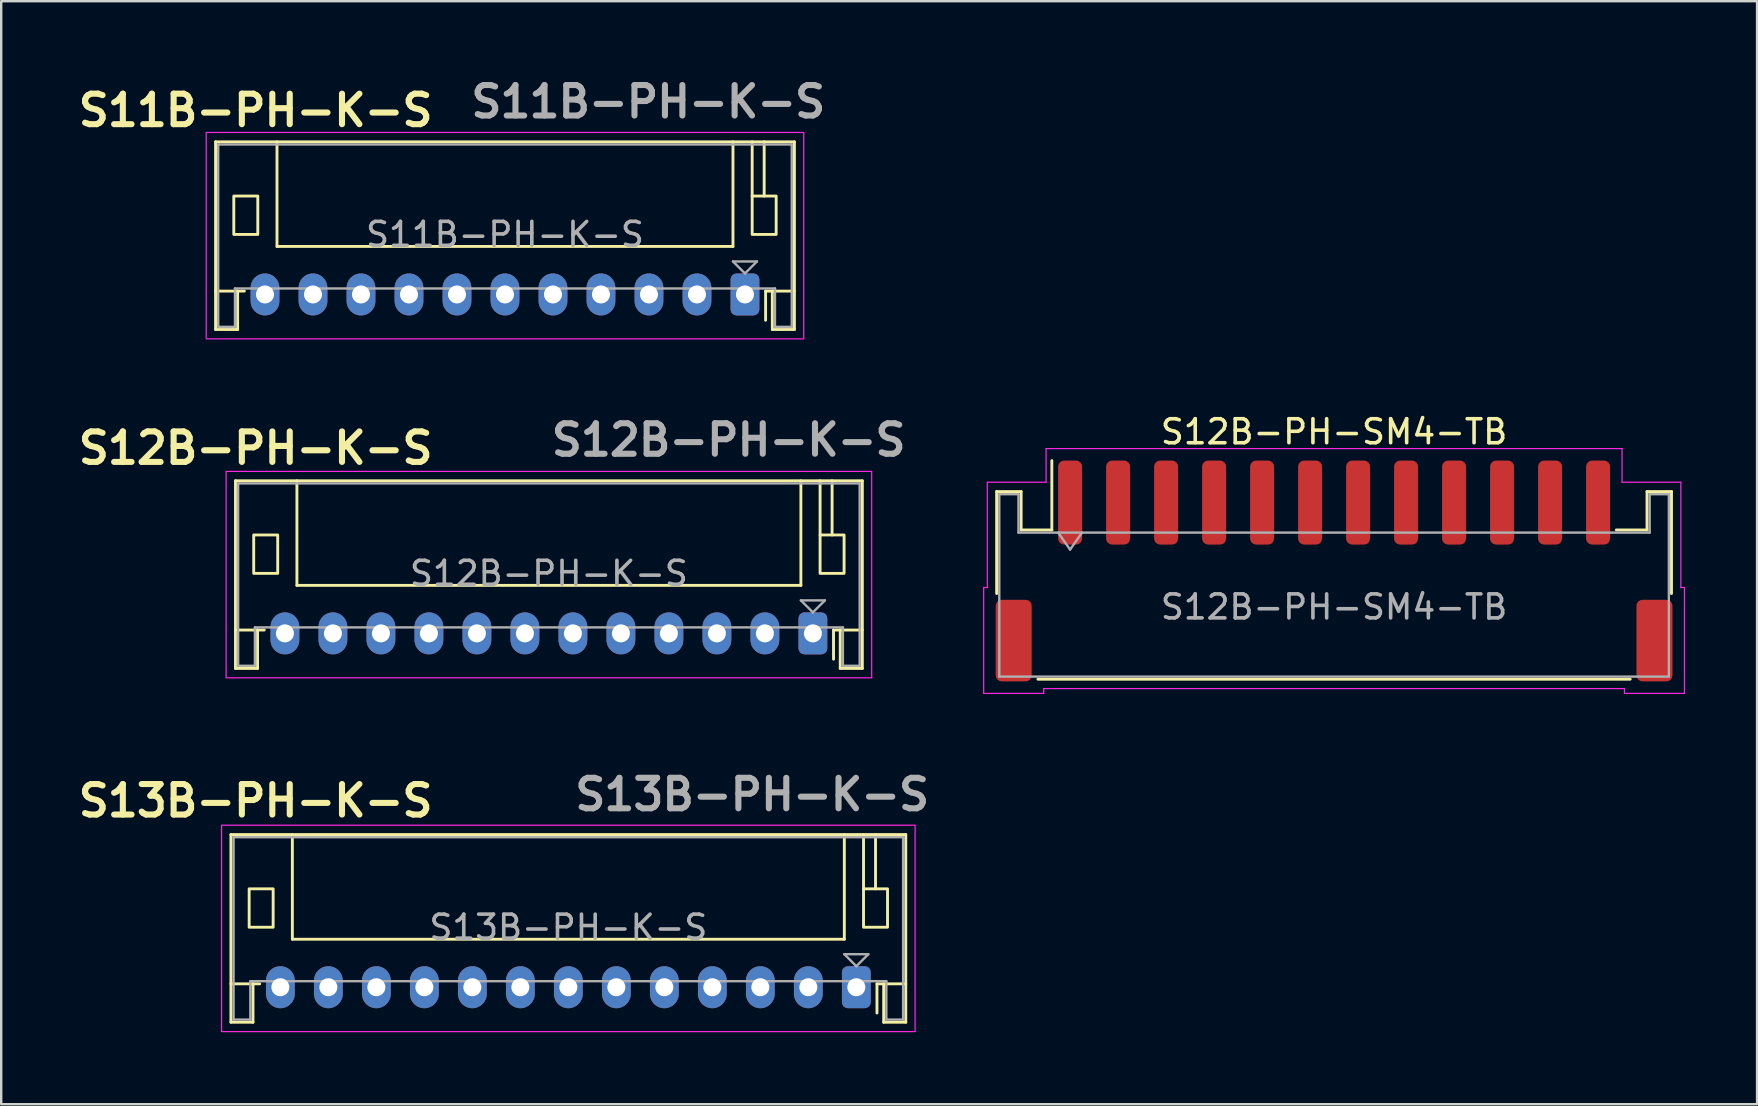
<source format=kicad_pcb>
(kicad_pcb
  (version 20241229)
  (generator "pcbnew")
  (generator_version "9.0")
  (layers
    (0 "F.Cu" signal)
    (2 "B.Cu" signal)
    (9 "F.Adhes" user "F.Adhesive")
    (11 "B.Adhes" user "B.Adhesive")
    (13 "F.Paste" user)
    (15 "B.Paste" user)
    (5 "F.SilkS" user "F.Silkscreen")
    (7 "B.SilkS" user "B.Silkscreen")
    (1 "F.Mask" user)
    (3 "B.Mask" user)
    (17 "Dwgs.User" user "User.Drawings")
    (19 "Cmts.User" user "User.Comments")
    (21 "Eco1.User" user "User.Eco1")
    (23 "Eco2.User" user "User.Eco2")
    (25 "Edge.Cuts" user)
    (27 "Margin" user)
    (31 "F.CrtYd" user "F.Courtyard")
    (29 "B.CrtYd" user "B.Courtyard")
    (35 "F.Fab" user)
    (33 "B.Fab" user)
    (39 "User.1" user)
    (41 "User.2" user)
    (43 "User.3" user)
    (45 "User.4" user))
  (footprint "S11B-PH-K-S"
    (layer "F.Cu")
    (at 27.992 9.219)
    (property "Reference" "S11B-PH-K-S" (at -20.39 -7.67 0) (layer "F.SilkS") (effects (font (size 1.27 1.27) (thickness 0.254))))
    (attr through_hole)
    (fp_line (start -22.06 -6.36) (end -22.06 1.46) (stroke (width 0.12) (type solid)) (layer "F.SilkS"))
    (fp_line (start -22.06 -0.14) (end -21.14 -0.14) (stroke (width 0.12) (type solid)) (layer "F.SilkS"))
    (fp_line (start -22.06 1.46) (end -21.14 1.46) (stroke (width 0.12) (type solid)) (layer "F.SilkS"))
    (fp_line (start -21.14 -0.14) (end -20.86 -0.14) (stroke (width 0.12) (type solid)) (layer "F.SilkS"))
    (fp_line (start -21.14 1.46) (end -21.14 -0.14) (stroke (width 0.12) (type solid)) (layer "F.SilkS"))
    (fp_line (start -19.5 -2) (end -19.5 -6.36) (stroke (width 0.12) (type solid)) (layer "F.SilkS"))
    (fp_line (start -0.5 -6.36) (end -0.5 -2) (stroke (width 0.12) (type solid)) (layer "F.SilkS"))
    (fp_line (start -0.5 -2) (end -19.5 -2) (stroke (width 0.12) (type solid)) (layer "F.SilkS"))
    (fp_line (start 0.3 -4.1) (end 0.3 -6.36) (stroke (width 0.12) (type solid)) (layer "F.SilkS"))
    (fp_line (start 0.8 -4.1) (end 0.8 -6.36) (stroke (width 0.12) (type solid)) (layer "F.SilkS"))
    (fp_line (start 0.86 -0.14) (end 0.86 1.075) (stroke (width 0.12) (type solid)) (layer "F.SilkS"))
    (fp_line (start 0.86 -0.14) (end 1.14 -0.14) (stroke (width 0.12) (type solid)) (layer "F.SilkS"))
    (fp_line (start 1.14 -0.14) (end 1.14 1.46) (stroke (width 0.12) (type solid)) (layer "F.SilkS"))
    (fp_line (start 1.14 1.46) (end 2.06 1.46) (stroke (width 0.12) (type solid)) (layer "F.SilkS"))
    (fp_line (start 2.06 -6.36) (end -22.06 -6.36) (stroke (width 0.12) (type solid)) (layer "F.SilkS"))
    (fp_line (start 2.06 -0.14) (end 1.14 -0.14) (stroke (width 0.12) (type solid)) (layer "F.SilkS"))
    (fp_line (start 2.06 1.46) (end 2.06 -6.36) (stroke (width 0.12) (type solid)) (layer "F.SilkS"))
    (fp_rect (start -21.3 -4.1) (end -20.3 -2.5) (stroke (width 0.12) (type solid)) (fill no) (layer "F.SilkS"))
    (fp_rect (start 0.3 -4.1) (end 1.3 -2.5) (stroke (width 0.12) (type solid)) (fill no) (layer "F.SilkS"))
    (fp_rect (start -22.45 -6.75) (end 2.45 1.85) (stroke (width 0.05) (type solid)) (fill no) (layer "F.CrtYd"))
    (fp_line (start -21.95 -6.25) (end -21.95 1.35) (stroke (width 0.1) (type solid)) (layer "F.Fab"))
    (fp_line (start -21.95 1.35) (end -21.25 1.35) (stroke (width 0.1) (type solid)) (layer "F.Fab"))
    (fp_line (start -21.25 -0.25) (end 1.25 -0.25) (stroke (width 0.1) (type solid)) (layer "F.Fab"))
    (fp_line (start -21.25 1.35) (end -21.25 -0.25) (stroke (width 0.1) (type solid)) (layer "F.Fab"))
    (fp_line (start -0.5 -1.375) (end 0 -0.875) (stroke (width 0.1) (type solid)) (layer "F.Fab"))
    (fp_line (start 0 -0.875) (end 0.5 -1.375) (stroke (width 0.1) (type solid)) (layer "F.Fab"))
    (fp_line (start 0.5 -1.375) (end -0.5 -1.375) (stroke (width 0.1) (type solid)) (layer "F.Fab"))
    (fp_line (start 1.25 -0.25) (end 1.25 1.35) (stroke (width 0.1) (type solid)) (layer "F.Fab"))
    (fp_line (start 1.25 1.35) (end 1.95 1.35) (stroke (width 0.1) (type solid)) (layer "F.Fab"))
    (fp_line (start 1.95 -6.25) (end -21.95 -6.25) (stroke (width 0.1) (type solid)) (layer "F.Fab"))
    (fp_line (start 1.95 1.35) (end 1.95 -6.25) (stroke (width 0.1) (type solid)) (layer "F.Fab"))
    (fp_text user "${REFERENCE}" (at -4.03 -8.03 0) (layer "F.Fab") (effects (font (size 1.27 1.27) (thickness 0.254))))
    (fp_text user "${REFERENCE}" (at -10 -2.5 180) (layer "F.Fab") (effects (font (size 1 1) (thickness 0.15))))
    (pad "1" thru_hole roundrect (at 0 0 180) (size 1.2 1.75) (drill 0.75) (layers "*.Cu" "*.Mask") (roundrect_rratio 0.208))
    (pad "2" thru_hole oval (at -2 0 180) (size 1.2 1.75) (drill 0.75) (layers "*.Cu" "*.Mask"))
    (pad "3" thru_hole oval (at -4 0 180) (size 1.2 1.75) (drill 0.75) (layers "*.Cu" "*.Mask"))
    (pad "4" thru_hole oval (at -6 0 180) (size 1.2 1.75) (drill 0.75) (layers "*.Cu" "*.Mask"))
    (pad "5" thru_hole oval (at -8 0 180) (size 1.2 1.75) (drill 0.75) (layers "*.Cu" "*.Mask"))
    (pad "6" thru_hole oval (at -10 0 180) (size 1.2 1.75) (drill 0.75) (layers "*.Cu" "*.Mask"))
    (pad "7" thru_hole oval (at -12 0 180) (size 1.2 1.75) (drill 0.75) (layers "*.Cu" "*.Mask"))
    (pad "8" thru_hole oval (at -14 0 180) (size 1.2 1.75) (drill 0.75) (layers "*.Cu" "*.Mask"))
    (pad "9" thru_hole oval (at -16 0 180) (size 1.2 1.75) (drill 0.75) (layers "*.Cu" "*.Mask"))
    (pad "10" thru_hole oval (at -18 0 180) (size 1.2 1.75) (drill 0.75) (layers "*.Cu" "*.Mask"))
    (pad "11" thru_hole oval (at -20 0 180) (size 1.2 1.75) (drill 0.75) (layers "*.Cu" "*.Mask")))
  (footprint "S13B-PH-K-S"
    (layer "F.Cu")
    (at 32.632 38.086)
    (property "Reference" "S13B-PH-K-S" (at -25.03 -7.77 0) (layer "F.SilkS") (effects (font (size 1.27 1.27) (thickness 0.254))))
    (attr through_hole)
    (fp_line (start -26.06 -6.36) (end -26.06 1.46) (stroke (width 0.12) (type solid)) (layer "F.SilkS"))
    (fp_line (start -26.06 -0.14) (end -25.14 -0.14) (stroke (width 0.12) (type solid)) (layer "F.SilkS"))
    (fp_line (start -26.06 1.46) (end -25.14 1.46) (stroke (width 0.12) (type solid)) (layer "F.SilkS"))
    (fp_line (start -25.14 -0.14) (end -24.86 -0.14) (stroke (width 0.12) (type solid)) (layer "F.SilkS"))
    (fp_line (start -25.14 1.46) (end -25.14 -0.14) (stroke (width 0.12) (type solid)) (layer "F.SilkS"))
    (fp_line (start -23.5 -2) (end -23.5 -6.36) (stroke (width 0.12) (type solid)) (layer "F.SilkS"))
    (fp_line (start -0.5 -6.36) (end -0.5 -2) (stroke (width 0.12) (type solid)) (layer "F.SilkS"))
    (fp_line (start -0.5 -2) (end -23.5 -2) (stroke (width 0.12) (type solid)) (layer "F.SilkS"))
    (fp_line (start 0.3 -4.1) (end 0.3 -6.36) (stroke (width 0.12) (type solid)) (layer "F.SilkS"))
    (fp_line (start 0.8 -4.1) (end 0.8 -6.36) (stroke (width 0.12) (type solid)) (layer "F.SilkS"))
    (fp_line (start 0.86 -0.14) (end 0.86 1.075) (stroke (width 0.12) (type solid)) (layer "F.SilkS"))
    (fp_line (start 0.86 -0.14) (end 1.14 -0.14) (stroke (width 0.12) (type solid)) (layer "F.SilkS"))
    (fp_line (start 1.14 -0.14) (end 1.14 1.46) (stroke (width 0.12) (type solid)) (layer "F.SilkS"))
    (fp_line (start 1.14 1.46) (end 2.06 1.46) (stroke (width 0.12) (type solid)) (layer "F.SilkS"))
    (fp_line (start 2.06 -6.36) (end -26.06 -6.36) (stroke (width 0.12) (type solid)) (layer "F.SilkS"))
    (fp_line (start 2.06 -0.14) (end 1.14 -0.14) (stroke (width 0.12) (type solid)) (layer "F.SilkS"))
    (fp_line (start 2.06 1.46) (end 2.06 -6.36) (stroke (width 0.12) (type solid)) (layer "F.SilkS"))
    (fp_rect (start -25.3 -4.1) (end -24.3 -2.5) (stroke (width 0.12) (type solid)) (fill no) (layer "F.SilkS"))
    (fp_rect (start 0.3 -4.1) (end 1.3 -2.5) (stroke (width 0.12) (type solid)) (fill no) (layer "F.SilkS"))
    (fp_rect (start -26.45 -6.75) (end 2.45 1.85) (stroke (width 0.05) (type solid)) (fill no) (layer "F.CrtYd"))
    (fp_line (start -25.95 -6.25) (end -25.95 1.35) (stroke (width 0.1) (type solid)) (layer "F.Fab"))
    (fp_line (start -25.95 1.35) (end -25.25 1.35) (stroke (width 0.1) (type solid)) (layer "F.Fab"))
    (fp_line (start -25.25 -0.25) (end 1.25 -0.25) (stroke (width 0.1) (type solid)) (layer "F.Fab"))
    (fp_line (start -25.25 1.35) (end -25.25 -0.25) (stroke (width 0.1) (type solid)) (layer "F.Fab"))
    (fp_line (start -0.5 -1.375) (end 0 -0.875) (stroke (width 0.1) (type solid)) (layer "F.Fab"))
    (fp_line (start 0 -0.875) (end 0.5 -1.375) (stroke (width 0.1) (type solid)) (layer "F.Fab"))
    (fp_line (start 0.5 -1.375) (end -0.5 -1.375) (stroke (width 0.1) (type solid)) (layer "F.Fab"))
    (fp_line (start 1.25 -0.25) (end 1.25 1.35) (stroke (width 0.1) (type solid)) (layer "F.Fab"))
    (fp_line (start 1.25 1.35) (end 1.95 1.35) (stroke (width 0.1) (type solid)) (layer "F.Fab"))
    (fp_line (start 1.95 -6.25) (end -25.95 -6.25) (stroke (width 0.1) (type solid)) (layer "F.Fab"))
    (fp_line (start 1.95 1.35) (end 1.95 -6.25) (stroke (width 0.1) (type solid)) (layer "F.Fab"))
    (fp_text user "${REFERENCE}" (at -12 -2.5 180) (layer "F.Fab") (effects (font (size 1 1) (thickness 0.15))))
    (fp_text user "${REFERENCE}" (at -4.34 -8.03 0) (layer "F.Fab") (effects (font (size 1.27 1.27) (thickness 0.254))))
    (pad "1" thru_hole roundrect (at 0 0 180) (size 1.2 1.75) (drill 0.75) (layers "*.Cu" "*.Mask") (roundrect_rratio 0.208))
    (pad "2" thru_hole oval (at -2 0 180) (size 1.2 1.75) (drill 0.75) (layers "*.Cu" "*.Mask"))
    (pad "3" thru_hole oval (at -4 0 180) (size 1.2 1.75) (drill 0.75) (layers "*.Cu" "*.Mask"))
    (pad "4" thru_hole oval (at -6 0 180) (size 1.2 1.75) (drill 0.75) (layers "*.Cu" "*.Mask"))
    (pad "5" thru_hole oval (at -8 0 180) (size 1.2 1.75) (drill 0.75) (layers "*.Cu" "*.Mask"))
    (pad "6" thru_hole oval (at -10 0 180) (size 1.2 1.75) (drill 0.75) (layers "*.Cu" "*.Mask"))
    (pad "7" thru_hole oval (at -12 0 180) (size 1.2 1.75) (drill 0.75) (layers "*.Cu" "*.Mask"))
    (pad "8" thru_hole oval (at -14 0 180) (size 1.2 1.75) (drill 0.75) (layers "*.Cu" "*.Mask"))
    (pad "9" thru_hole oval (at -16 0 180) (size 1.2 1.75) (drill 0.75) (layers "*.Cu" "*.Mask"))
    (pad "10" thru_hole oval (at -18 0 180) (size 1.2 1.75) (drill 0.75) (layers "*.Cu" "*.Mask"))
    (pad "11" thru_hole oval (at -20 0 180) (size 1.2 1.75) (drill 0.75) (layers "*.Cu" "*.Mask"))
    (pad "12" thru_hole oval (at -22 0 180) (size 1.2 1.75) (drill 0.75) (layers "*.Cu" "*.Mask"))
    (pad "13" thru_hole oval (at -24 0 180) (size 1.2 1.75) (drill 0.75) (layers "*.Cu" "*.Mask")))
  (footprint "S12B-PH-K-S"
    (layer "F.Cu")
    (at 30.822 23.342)
    (property "Reference" "S12B-PH-K-S" (at -23.22 -7.72 0) (layer "F.SilkS") (effects (font (size 1.27 1.27) (thickness 0.254))))
    (attr through_hole)
    (fp_line (start -24.06 -6.36) (end -24.06 1.46) (stroke (width 0.12) (type solid)) (layer "F.SilkS"))
    (fp_line (start -24.06 -0.14) (end -23.14 -0.14) (stroke (width 0.12) (type solid)) (layer "F.SilkS"))
    (fp_line (start -24.06 1.46) (end -23.14 1.46) (stroke (width 0.12) (type solid)) (layer "F.SilkS"))
    (fp_line (start -23.14 -0.14) (end -22.86 -0.14) (stroke (width 0.12) (type solid)) (layer "F.SilkS"))
    (fp_line (start -23.14 1.46) (end -23.14 -0.14) (stroke (width 0.12) (type solid)) (layer "F.SilkS"))
    (fp_line (start -21.5 -2) (end -21.5 -6.36) (stroke (width 0.12) (type solid)) (layer "F.SilkS"))
    (fp_line (start -0.5 -6.36) (end -0.5 -2) (stroke (width 0.12) (type solid)) (layer "F.SilkS"))
    (fp_line (start -0.5 -2) (end -21.5 -2) (stroke (width 0.12) (type solid)) (layer "F.SilkS"))
    (fp_line (start 0.3 -4.1) (end 0.3 -6.36) (stroke (width 0.12) (type solid)) (layer "F.SilkS"))
    (fp_line (start 0.8 -4.1) (end 0.8 -6.36) (stroke (width 0.12) (type solid)) (layer "F.SilkS"))
    (fp_line (start 0.86 -0.14) (end 0.86 1.075) (stroke (width 0.12) (type solid)) (layer "F.SilkS"))
    (fp_line (start 0.86 -0.14) (end 1.14 -0.14) (stroke (width 0.12) (type solid)) (layer "F.SilkS"))
    (fp_line (start 1.14 -0.14) (end 1.14 1.46) (stroke (width 0.12) (type solid)) (layer "F.SilkS"))
    (fp_line (start 1.14 1.46) (end 2.06 1.46) (stroke (width 0.12) (type solid)) (layer "F.SilkS"))
    (fp_line (start 2.06 -6.36) (end -24.06 -6.36) (stroke (width 0.12) (type solid)) (layer "F.SilkS"))
    (fp_line (start 2.06 -0.14) (end 1.14 -0.14) (stroke (width 0.12) (type solid)) (layer "F.SilkS"))
    (fp_line (start 2.06 1.46) (end 2.06 -6.36) (stroke (width 0.12) (type solid)) (layer "F.SilkS"))
    (fp_rect (start -23.3 -4.1) (end -22.3 -2.5) (stroke (width 0.12) (type solid)) (fill no) (layer "F.SilkS"))
    (fp_rect (start 0.3 -4.1) (end 1.3 -2.5) (stroke (width 0.12) (type solid)) (fill no) (layer "F.SilkS"))
    (fp_rect (start -24.45 -6.75) (end 2.45 1.85) (stroke (width 0.05) (type solid)) (fill no) (layer "F.CrtYd"))
    (fp_line (start -23.95 -6.25) (end -23.95 1.35) (stroke (width 0.1) (type solid)) (layer "F.Fab"))
    (fp_line (start -23.95 1.35) (end -23.25 1.35) (stroke (width 0.1) (type solid)) (layer "F.Fab"))
    (fp_line (start -23.25 -0.25) (end 1.25 -0.25) (stroke (width 0.1) (type solid)) (layer "F.Fab"))
    (fp_line (start -23.25 1.35) (end -23.25 -0.25) (stroke (width 0.1) (type solid)) (layer "F.Fab"))
    (fp_line (start -0.5 -1.375) (end 0 -0.875) (stroke (width 0.1) (type solid)) (layer "F.Fab"))
    (fp_line (start 0 -0.875) (end 0.5 -1.375) (stroke (width 0.1) (type solid)) (layer "F.Fab"))
    (fp_line (start 0.5 -1.375) (end -0.5 -1.375) (stroke (width 0.1) (type solid)) (layer "F.Fab"))
    (fp_line (start 1.25 -0.25) (end 1.25 1.35) (stroke (width 0.1) (type solid)) (layer "F.Fab"))
    (fp_line (start 1.25 1.35) (end 1.95 1.35) (stroke (width 0.1) (type solid)) (layer "F.Fab"))
    (fp_line (start 1.95 -6.25) (end -23.95 -6.25) (stroke (width 0.1) (type solid)) (layer "F.Fab"))
    (fp_line (start 1.95 1.35) (end 1.95 -6.25) (stroke (width 0.1) (type solid)) (layer "F.Fab"))
    (fp_text user "${REFERENCE}" (at -11 -2.5 180) (layer "F.Fab") (effects (font (size 1 1) (thickness 0.15))))
    (fp_text user "${REFERENCE}" (at -3.51 -8.06 0) (layer "F.Fab") (effects (font (size 1.27 1.27) (thickness 0.254))))
    (pad "1" thru_hole roundrect (at 0 0 180) (size 1.2 1.75) (drill 0.75) (layers "*.Cu" "*.Mask") (roundrect_rratio 0.208))
    (pad "2" thru_hole oval (at -2 0 180) (size 1.2 1.75) (drill 0.75) (layers "*.Cu" "*.Mask"))
    (pad "3" thru_hole oval (at -4 0 180) (size 1.2 1.75) (drill 0.75) (layers "*.Cu" "*.Mask"))
    (pad "4" thru_hole oval (at -6 0 180) (size 1.2 1.75) (drill 0.75) (layers "*.Cu" "*.Mask"))
    (pad "5" thru_hole oval (at -8 0 180) (size 1.2 1.75) (drill 0.75) (layers "*.Cu" "*.Mask"))
    (pad "6" thru_hole oval (at -10 0 180) (size 1.2 1.75) (drill 0.75) (layers "*.Cu" "*.Mask"))
    (pad "7" thru_hole oval (at -12 0 180) (size 1.2 1.75) (drill 0.75) (layers "*.Cu" "*.Mask"))
    (pad "8" thru_hole oval (at -14 0 180) (size 1.2 1.75) (drill 0.75) (layers "*.Cu" "*.Mask"))
    (pad "9" thru_hole oval (at -16 0 180) (size 1.2 1.75) (drill 0.75) (layers "*.Cu" "*.Mask"))
    (pad "10" thru_hole oval (at -18 0 180) (size 1.2 1.75) (drill 0.75) (layers "*.Cu" "*.Mask"))
    (pad "11" thru_hole oval (at -20 0 180) (size 1.2 1.75) (drill 0.75) (layers "*.Cu" "*.Mask"))
    (pad "12" thru_hole oval (at -22 0 180) (size 1.2 1.75) (drill 0.75) (layers "*.Cu" "*.Mask")))
  (footprint "S12B-PH-SM4-TB"
    (layer "F.Cu")
    (at 52.539 20.742)
    (property "Reference" "S12B-PH-SM4-TB" (at 0 -5.8 0) (layer "F.SilkS") (effects (font (size 1 1) (thickness 0.15))))
    (attr smd)
    (fp_line (start -14.06 -3.31) (end -13.04 -3.31) (stroke (width 0.12) (type solid)) (layer "F.SilkS"))
    (fp_line (start -14.06 0.94) (end -14.06 -3.31) (stroke (width 0.12) (type solid)) (layer "F.SilkS"))
    (fp_line (start -13.04 -3.31) (end -13.04 -1.71) (stroke (width 0.12) (type solid)) (layer "F.SilkS"))
    (fp_line (start -13.04 -1.71) (end -11.76 -1.71) (stroke (width 0.12) (type solid)) (layer "F.SilkS"))
    (fp_line (start -12.34 4.51) (end 12.34 4.51) (stroke (width 0.12) (type solid)) (layer "F.SilkS"))
    (fp_line (start -11.76 -1.71) (end -11.76 -4.6) (stroke (width 0.12) (type solid)) (layer "F.SilkS"))
    (fp_line (start 13.04 -3.31) (end 13.04 -1.71) (stroke (width 0.12) (type solid)) (layer "F.SilkS"))
    (fp_line (start 13.04 -1.71) (end 11.76 -1.71) (stroke (width 0.12) (type solid)) (layer "F.SilkS"))
    (fp_line (start 14.06 -3.31) (end 13.04 -3.31) (stroke (width 0.12) (type solid)) (layer "F.SilkS"))
    (fp_line (start 14.06 0.94) (end 14.06 -3.31) (stroke (width 0.12) (type solid)) (layer "F.SilkS"))
    (fp_line (start -14.6 0.69) (end -14.45 0.69) (stroke (width 0.05) (type solid)) (layer "F.CrtYd"))
    (fp_line (start -14.6 5.1) (end -14.6 0.69) (stroke (width 0.05) (type solid)) (layer "F.CrtYd"))
    (fp_line (start -14.45 -3.7) (end -12 -3.7) (stroke (width 0.05) (type solid)) (layer "F.CrtYd"))
    (fp_line (start -14.45 0.69) (end -14.45 -3.7) (stroke (width 0.05) (type solid)) (layer "F.CrtYd"))
    (fp_line (start -12.1 4.9) (end -12.1 5.1) (stroke (width 0.05) (type solid)) (layer "F.CrtYd"))
    (fp_line (start -12.1 5.1) (end -14.6 5.1) (stroke (width 0.05) (type solid)) (layer "F.CrtYd"))
    (fp_line (start -12 -5.1) (end 12 -5.1) (stroke (width 0.05) (type solid)) (layer "F.CrtYd"))
    (fp_line (start -12 -3.7) (end -12 -5.1) (stroke (width 0.05) (type solid)) (layer "F.CrtYd"))
    (fp_line (start 12 -5.1) (end 12 -3.7) (stroke (width 0.05) (type solid)) (layer "F.CrtYd"))
    (fp_line (start 12 -3.7) (end 14.45 -3.7) (stroke (width 0.05) (type solid)) (layer "F.CrtYd"))
    (fp_line (start 12.1 4.9) (end -12.1 4.9) (stroke (width 0.05) (type solid)) (layer "F.CrtYd"))
    (fp_line (start 12.1 5.1) (end 12.1 4.9) (stroke (width 0.05) (type solid)) (layer "F.CrtYd"))
    (fp_line (start 14.45 -3.7) (end 14.45 0.69) (stroke (width 0.05) (type solid)) (layer "F.CrtYd"))
    (fp_line (start 14.45 0.69) (end 14.6 0.69) (stroke (width 0.05) (type solid)) (layer "F.CrtYd"))
    (fp_line (start 14.6 0.69) (end 14.6 5.1) (stroke (width 0.05) (type solid)) (layer "F.CrtYd"))
    (fp_line (start 14.6 5.1) (end 12.1 5.1) (stroke (width 0.05) (type solid)) (layer "F.CrtYd"))
    (fp_line (start -13.95 -3.2) (end -13.95 4.4) (stroke (width 0.1) (type solid)) (layer "F.Fab"))
    (fp_line (start -13.95 -3.2) (end -13.15 -3.2) (stroke (width 0.1) (type solid)) (layer "F.Fab"))
    (fp_line (start -13.95 4.4) (end 13.95 4.4) (stroke (width 0.1) (type solid)) (layer "F.Fab"))
    (fp_line (start -13.15 -3.2) (end -13.15 -1.6) (stroke (width 0.1) (type solid)) (layer "F.Fab"))
    (fp_line (start -13.15 -1.6) (end 13.15 -1.6) (stroke (width 0.1) (type solid)) (layer "F.Fab"))
    (fp_line (start -11.5 -1.6) (end -11 -0.893) (stroke (width 0.1) (type solid)) (layer "F.Fab"))
    (fp_line (start -11 -0.893) (end -10.5 -1.6) (stroke (width 0.1) (type solid)) (layer "F.Fab"))
    (fp_line (start 13.15 -3.2) (end 13.95 -3.2) (stroke (width 0.1) (type solid)) (layer "F.Fab"))
    (fp_line (start 13.15 -1.6) (end 13.15 -3.2) (stroke (width 0.1) (type solid)) (layer "F.Fab"))
    (fp_line (start 13.95 -3.2) (end 13.95 4.4) (stroke (width 0.1) (type solid)) (layer "F.Fab"))
    (fp_text user "${REFERENCE}" (at 0 1.5 0) (layer "F.Fab") (effects (font (size 1 1) (thickness 0.15))))
    (pad "1" smd roundrect (at -11 -2.85) (size 1 3.5) (layers "F.Cu" "F.Mask" "F.Paste") (roundrect_rratio 0.25))
    (pad "2" smd roundrect (at -9 -2.85) (size 1 3.5) (layers "F.Cu" "F.Mask" "F.Paste") (roundrect_rratio 0.25))
    (pad "3" smd roundrect (at -7 -2.85) (size 1 3.5) (layers "F.Cu" "F.Mask" "F.Paste") (roundrect_rratio 0.25))
    (pad "4" smd roundrect (at -5 -2.85) (size 1 3.5) (layers "F.Cu" "F.Mask" "F.Paste") (roundrect_rratio 0.25))
    (pad "5" smd roundrect (at -3 -2.85) (size 1 3.5) (layers "F.Cu" "F.Mask" "F.Paste") (roundrect_rratio 0.25))
    (pad "6" smd roundrect (at -1 -2.85) (size 1 3.5) (layers "F.Cu" "F.Mask" "F.Paste") (roundrect_rratio 0.25))
    (pad "7" smd roundrect (at 1 -2.85) (size 1 3.5) (layers "F.Cu" "F.Mask" "F.Paste") (roundrect_rratio 0.25))
    (pad "8" smd roundrect (at 3 -2.85) (size 1 3.5) (layers "F.Cu" "F.Mask" "F.Paste") (roundrect_rratio 0.25))
    (pad "9" smd roundrect (at 5 -2.85) (size 1 3.5) (layers "F.Cu" "F.Mask" "F.Paste") (roundrect_rratio 0.25))
    (pad "10" smd roundrect (at 7 -2.85) (size 1 3.5) (layers "F.Cu" "F.Mask" "F.Paste") (roundrect_rratio 0.25))
    (pad "11" smd roundrect (at 9 -2.85) (size 1 3.5) (layers "F.Cu" "F.Mask" "F.Paste") (roundrect_rratio 0.25))
    (pad "12" smd roundrect (at 11 -2.85) (size 1 3.5) (layers "F.Cu" "F.Mask" "F.Paste") (roundrect_rratio 0.25))
    (pad "MP" smd roundrect (at -13.35 2.9) (size 1.5 3.4) (layers "F.Cu" "F.Mask" "F.Paste") (roundrect_rratio 0.167))
    (pad "MP" smd roundrect (at 13.35 2.9) (size 1.5 3.4) (layers "F.Cu" "F.Mask" "F.Paste") (roundrect_rratio 0.167)))
  (gr_rect
    (start -3 -3)
    (end 70.164 42.961)
    (stroke (width 0.1) (type default))
    (fill no)
    (layer "Edge.Cuts")))
</source>
